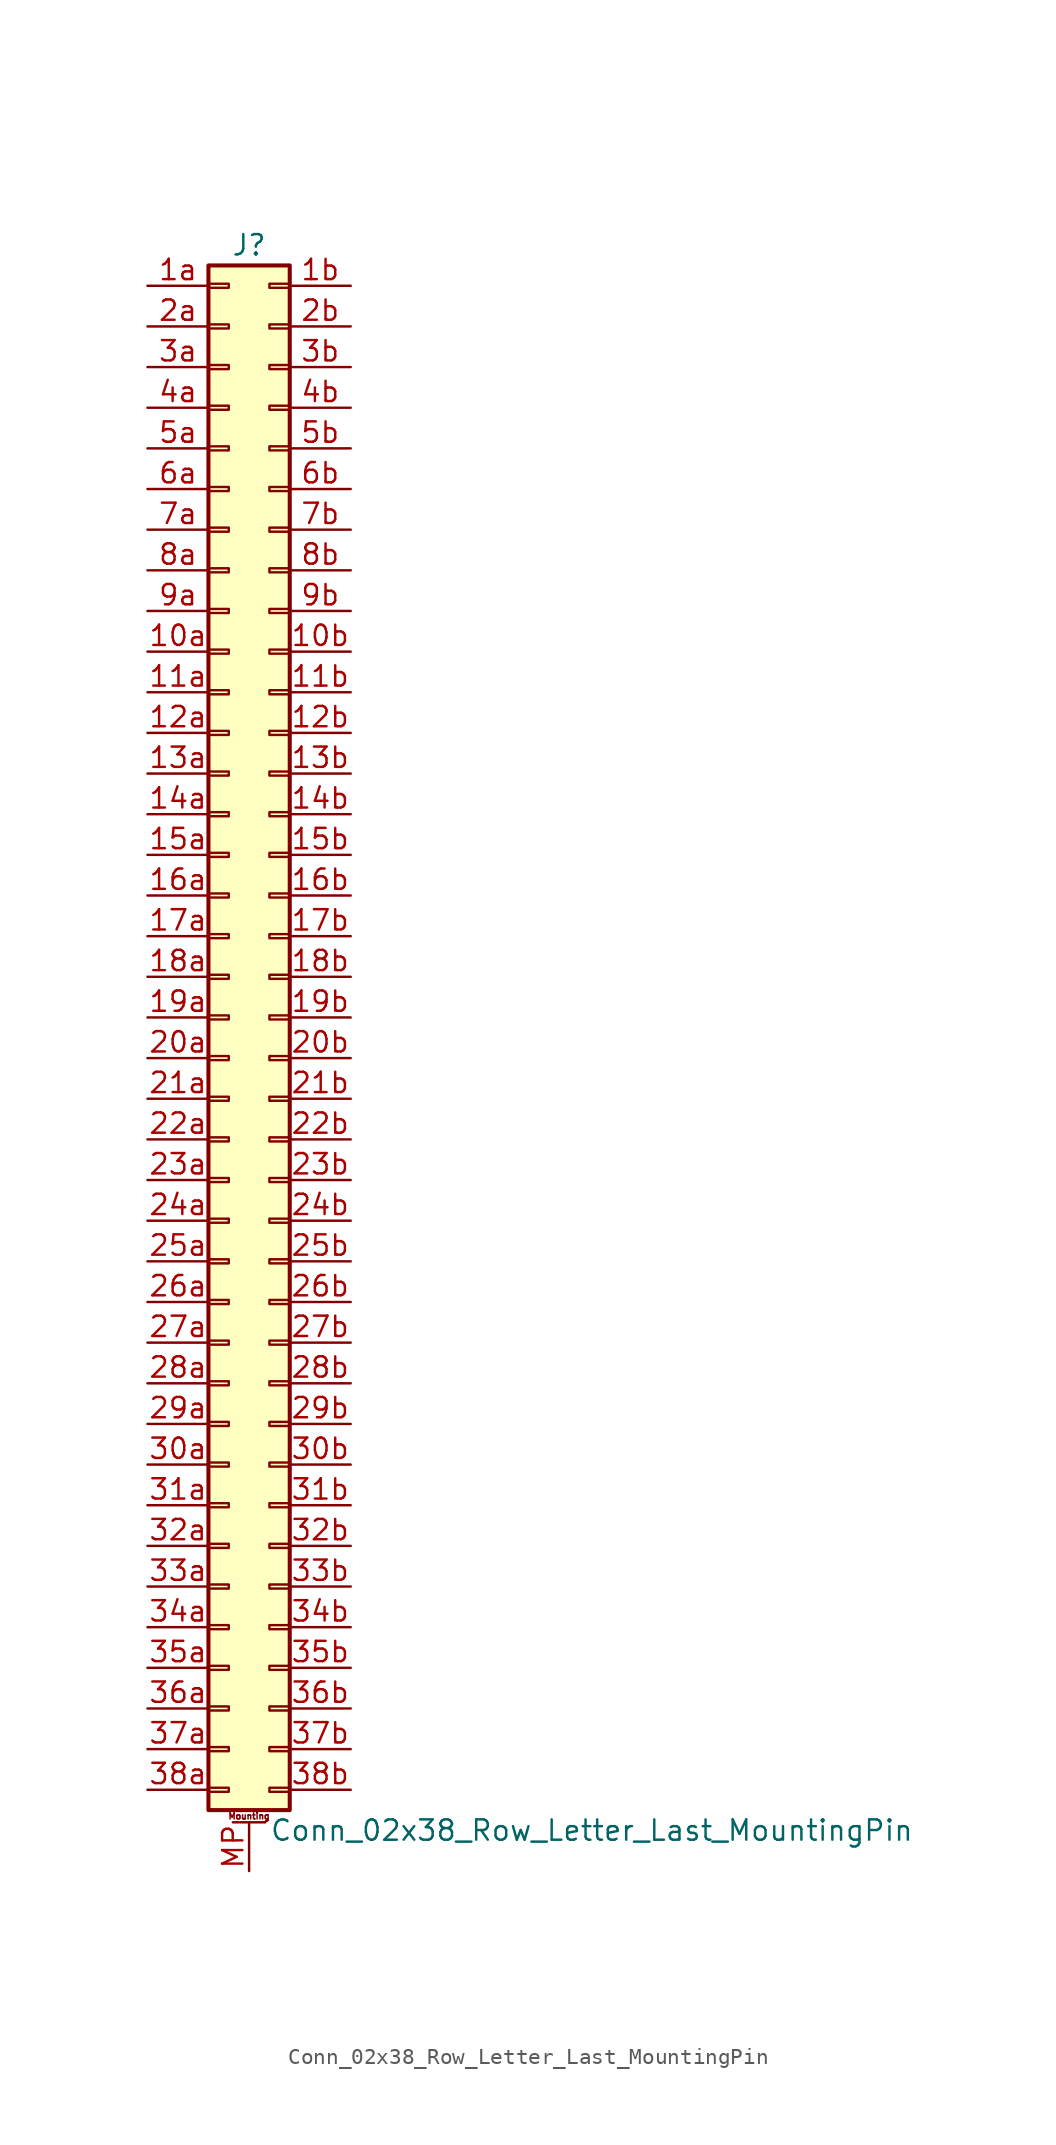
<source format=kicad_sym>
(kicad_symbol_lib
  (version 20201005)
  (generator kicad_symbol_editor)
  (symbol "Connector_Generic_MountingPin:Conn_02x38_Row_Letter_Last_MountingPin"
    (pin_names
      (offset 1.016) hide)
    (property "Reference" "J"
      (at 1.27 48.26 0)
      (effects (font (size 1.27 1.27))))
    (property "Value" "Conn_02x38_Row_Letter_Last_MountingPin"
      (at 2.54 -50.8 0)
      (effects (font (size 1.27 1.27)) (justify left)))
    (symbol "Conn_02x38_Row_Letter_Last_MountingPin_1_1"
      (text "Mounting" (at 1.27 -49.911 0) (effects (font (size 0.381 0.381))))
      (rectangle (start -1.27 -27.813) (end 0 -28.067) (stroke (width 0.152)) (fill (type none)))
      (rectangle (start -1.27 -30.353) (end 0 -30.607) (stroke (width 0.152)) (fill (type none)))
      (rectangle (start -1.27 -32.893) (end 0 -33.147) (stroke (width 0.152)) (fill (type none)))
      (rectangle (start -1.27 -35.433) (end 0 -35.687) (stroke (width 0.152)) (fill (type none)))
      (rectangle (start -1.27 -37.973) (end 0 -38.227) (stroke (width 0.152)) (fill (type none)))
      (rectangle (start -1.27 -40.513) (end 0 -40.767) (stroke (width 0.152)) (fill (type none)))
      (rectangle (start -1.27 -43.053) (end 0 -43.307) (stroke (width 0.152)) (fill (type none)))
      (rectangle (start -1.27 -45.593) (end 0 -45.847) (stroke (width 0.152)) (fill (type none)))
      (rectangle (start -1.27 -48.133) (end 0 -48.387) (stroke (width 0.152)) (fill (type none)))
      (rectangle (start -1.27 -4.953) (end 0 -5.207) (stroke (width 0.152)) (fill (type none)))
      (rectangle (start -1.27 -7.493) (end 0 -7.747) (stroke (width 0.152)) (fill (type none)))
      (rectangle (start -1.27 -10.033) (end 0 -10.287) (stroke (width 0.152)) (fill (type none)))
      (rectangle (start -1.27 -12.573) (end 0 -12.827) (stroke (width 0.152)) (fill (type none)))
      (rectangle (start -1.27 -15.113) (end 0 -15.367) (stroke (width 0.152)) (fill (type none)))
      (rectangle (start -1.27 -17.653) (end 0 -17.907) (stroke (width 0.152)) (fill (type none)))
      (rectangle (start -1.27 -20.193) (end 0 -20.447) (stroke (width 0.152)) (fill (type none)))
      (rectangle (start -1.27 -22.733) (end 0 -22.987) (stroke (width 0.152)) (fill (type none)))
      (rectangle (start -1.27 -2.413) (end 0 -2.667) (stroke (width 0.152)) (fill (type none)))
      (rectangle (start -1.27 -25.273) (end 0 -25.527) (stroke (width 0.152)) (fill (type none)))
      (rectangle (start -1.27 25.527) (end 0 25.273) (stroke (width 0.152)) (fill (type none)))
      (rectangle (start -1.27 2.667) (end 0 2.413) (stroke (width 0.152)) (fill (type none)))
      (rectangle (start -1.27 28.067) (end 0 27.813) (stroke (width 0.152)) (fill (type none)))
      (rectangle (start -1.27 30.607) (end 0 30.353) (stroke (width 0.152)) (fill (type none)))
      (rectangle (start -1.27 33.147) (end 0 32.893) (stroke (width 0.152)) (fill (type none)))
      (rectangle (start -1.27 35.687) (end 0 35.433) (stroke (width 0.152)) (fill (type none)))
      (rectangle (start -1.27 38.227) (end 0 37.973) (stroke (width 0.152)) (fill (type none)))
      (rectangle (start -1.27 40.767) (end 0 40.513) (stroke (width 0.152)) (fill (type none)))
      (rectangle (start -1.27 43.307) (end 0 43.053) (stroke (width 0.152)) (fill (type none)))
      (rectangle (start -1.27 45.847) (end 0 45.593) (stroke (width 0.152)) (fill (type none)))
      (rectangle (start -1.27 46.99) (end 3.81 -49.53) (stroke (width 0.254)) (fill (type background)))
      (rectangle (start -1.27 5.207) (end 0 4.953) (stroke (width 0.152)) (fill (type none)))
      (rectangle (start -1.27 7.747) (end 0 7.493) (stroke (width 0.152)) (fill (type none)))
      (rectangle (start -1.27 10.287) (end 0 10.033) (stroke (width 0.152)) (fill (type none)))
      (rectangle (start -1.27 0.127) (end 0 -0.127) (stroke (width 0.152)) (fill (type none)))
      (rectangle (start -1.27 12.827) (end 0 12.573) (stroke (width 0.152)) (fill (type none)))
      (rectangle (start -1.27 15.367) (end 0 15.113) (stroke (width 0.152)) (fill (type none)))
      (rectangle (start -1.27 17.907) (end 0 17.653) (stroke (width 0.152)) (fill (type none)))
      (rectangle (start -1.27 20.447) (end 0 20.193) (stroke (width 0.152)) (fill (type none)))
      (rectangle (start -1.27 22.987) (end 0 22.733) (stroke (width 0.152)) (fill (type none)))
      (rectangle (start 3.81 -27.813) (end 2.54 -28.067) (stroke (width 0.152)) (fill (type none)))
      (rectangle (start 3.81 -30.353) (end 2.54 -30.607) (stroke (width 0.152)) (fill (type none)))
      (rectangle (start 3.81 -32.893) (end 2.54 -33.147) (stroke (width 0.152)) (fill (type none)))
      (rectangle (start 3.81 -35.433) (end 2.54 -35.687) (stroke (width 0.152)) (fill (type none)))
      (rectangle (start 3.81 -37.973) (end 2.54 -38.227) (stroke (width 0.152)) (fill (type none)))
      (rectangle (start 3.81 -40.513) (end 2.54 -40.767) (stroke (width 0.152)) (fill (type none)))
      (rectangle (start 3.81 -43.053) (end 2.54 -43.307) (stroke (width 0.152)) (fill (type none)))
      (rectangle (start 3.81 -45.593) (end 2.54 -45.847) (stroke (width 0.152)) (fill (type none)))
      (rectangle (start 3.81 -48.133) (end 2.54 -48.387) (stroke (width 0.152)) (fill (type none)))
      (rectangle (start 3.81 -4.953) (end 2.54 -5.207) (stroke (width 0.152)) (fill (type none)))
      (rectangle (start 3.81 -7.493) (end 2.54 -7.747) (stroke (width 0.152)) (fill (type none)))
      (rectangle (start 3.81 -10.033) (end 2.54 -10.287) (stroke (width 0.152)) (fill (type none)))
      (rectangle (start 3.81 -12.573) (end 2.54 -12.827) (stroke (width 0.152)) (fill (type none)))
      (rectangle (start 3.81 -15.113) (end 2.54 -15.367) (stroke (width 0.152)) (fill (type none)))
      (rectangle (start 3.81 -17.653) (end 2.54 -17.907) (stroke (width 0.152)) (fill (type none)))
      (rectangle (start 3.81 -20.193) (end 2.54 -20.447) (stroke (width 0.152)) (fill (type none)))
      (rectangle (start 3.81 -22.733) (end 2.54 -22.987) (stroke (width 0.152)) (fill (type none)))
      (rectangle (start 3.81 -2.413) (end 2.54 -2.667) (stroke (width 0.152)) (fill (type none)))
      (rectangle (start 3.81 -25.273) (end 2.54 -25.527) (stroke (width 0.152)) (fill (type none)))
      (rectangle (start 3.81 25.527) (end 2.54 25.273) (stroke (width 0.152)) (fill (type none)))
      (rectangle (start 3.81 2.667) (end 2.54 2.413) (stroke (width 0.152)) (fill (type none)))
      (rectangle (start 3.81 28.067) (end 2.54 27.813) (stroke (width 0.152)) (fill (type none)))
      (rectangle (start 3.81 30.607) (end 2.54 30.353) (stroke (width 0.152)) (fill (type none)))
      (rectangle (start 3.81 33.147) (end 2.54 32.893) (stroke (width 0.152)) (fill (type none)))
      (rectangle (start 3.81 35.687) (end 2.54 35.433) (stroke (width 0.152)) (fill (type none)))
      (rectangle (start 3.81 38.227) (end 2.54 37.973) (stroke (width 0.152)) (fill (type none)))
      (rectangle (start 3.81 40.767) (end 2.54 40.513) (stroke (width 0.152)) (fill (type none)))
      (rectangle (start 3.81 43.307) (end 2.54 43.053) (stroke (width 0.152)) (fill (type none)))
      (rectangle (start 3.81 45.847) (end 2.54 45.593) (stroke (width 0.152)) (fill (type none)))
      (rectangle (start 3.81 5.207) (end 2.54 4.953) (stroke (width 0.152)) (fill (type none)))
      (rectangle (start 3.81 7.747) (end 2.54 7.493) (stroke (width 0.152)) (fill (type none)))
      (rectangle (start 3.81 10.287) (end 2.54 10.033) (stroke (width 0.152)) (fill (type none)))
      (rectangle (start 3.81 0.127) (end 2.54 -0.127) (stroke (width 0.152)) (fill (type none)))
      (rectangle (start 3.81 12.827) (end 2.54 12.573) (stroke (width 0.152)) (fill (type none)))
      (rectangle (start 3.81 15.367) (end 2.54 15.113) (stroke (width 0.152)) (fill (type none)))
      (rectangle (start 3.81 17.907) (end 2.54 17.653) (stroke (width 0.152)) (fill (type none)))
      (rectangle (start 3.81 20.447) (end 2.54 20.193) (stroke (width 0.152)) (fill (type none)))
      (rectangle (start 3.81 22.987) (end 2.54 22.733) (stroke (width 0.152)) (fill (type none)))
      (polyline (pts (xy 0.254 -50.292) (xy 2.286 -50.292)) (stroke (width 0.152)) (fill (type none)))
      (pin passive line (at 1.27 -53.34 90) (length 3.048) (name "MountPin" (effects (font (size 1.27 1.27)))) (number "MP" (effects (font (size 1.27 1.27)))))
      (pin passive line (at -5.08 22.86 0) (length 3.81) (name "Pin_10a" (effects (font (size 1.27 1.27)))) (number "10a" (effects (font (size 1.27 1.27)))))
      (pin passive line (at 7.62 22.86 180) (length 3.81) (name "Pin_10b" (effects (font (size 1.27 1.27)))) (number "10b" (effects (font (size 1.27 1.27)))))
      (pin passive line (at -5.08 20.32 0) (length 3.81) (name "Pin_11a" (effects (font (size 1.27 1.27)))) (number "11a" (effects (font (size 1.27 1.27)))))
      (pin passive line (at 7.62 20.32 180) (length 3.81) (name "Pin_11b" (effects (font (size 1.27 1.27)))) (number "11b" (effects (font (size 1.27 1.27)))))
      (pin passive line (at -5.08 17.78 0) (length 3.81) (name "Pin_12a" (effects (font (size 1.27 1.27)))) (number "12a" (effects (font (size 1.27 1.27)))))
      (pin passive line (at 7.62 17.78 180) (length 3.81) (name "Pin_12b" (effects (font (size 1.27 1.27)))) (number "12b" (effects (font (size 1.27 1.27)))))
      (pin passive line (at -5.08 15.24 0) (length 3.81) (name "Pin_13a" (effects (font (size 1.27 1.27)))) (number "13a" (effects (font (size 1.27 1.27)))))
      (pin passive line (at 7.62 15.24 180) (length 3.81) (name "Pin_13b" (effects (font (size 1.27 1.27)))) (number "13b" (effects (font (size 1.27 1.27)))))
      (pin passive line (at -5.08 12.7 0) (length 3.81) (name "Pin_14a" (effects (font (size 1.27 1.27)))) (number "14a" (effects (font (size 1.27 1.27)))))
      (pin passive line (at 7.62 12.7 180) (length 3.81) (name "Pin_14b" (effects (font (size 1.27 1.27)))) (number "14b" (effects (font (size 1.27 1.27)))))
      (pin passive line (at -5.08 10.16 0) (length 3.81) (name "Pin_15a" (effects (font (size 1.27 1.27)))) (number "15a" (effects (font (size 1.27 1.27)))))
      (pin passive line (at 7.62 10.16 180) (length 3.81) (name "Pin_15b" (effects (font (size 1.27 1.27)))) (number "15b" (effects (font (size 1.27 1.27)))))
      (pin passive line (at -5.08 7.62 0) (length 3.81) (name "Pin_16a" (effects (font (size 1.27 1.27)))) (number "16a" (effects (font (size 1.27 1.27)))))
      (pin passive line (at 7.62 7.62 180) (length 3.81) (name "Pin_16b" (effects (font (size 1.27 1.27)))) (number "16b" (effects (font (size 1.27 1.27)))))
      (pin passive line (at -5.08 5.08 0) (length 3.81) (name "Pin_17a" (effects (font (size 1.27 1.27)))) (number "17a" (effects (font (size 1.27 1.27)))))
      (pin passive line (at 7.62 5.08 180) (length 3.81) (name "Pin_17b" (effects (font (size 1.27 1.27)))) (number "17b" (effects (font (size 1.27 1.27)))))
      (pin passive line (at -5.08 2.54 0) (length 3.81) (name "Pin_18a" (effects (font (size 1.27 1.27)))) (number "18a" (effects (font (size 1.27 1.27)))))
      (pin passive line (at 7.62 2.54 180) (length 3.81) (name "Pin_18b" (effects (font (size 1.27 1.27)))) (number "18b" (effects (font (size 1.27 1.27)))))
      (pin passive line (at -5.08 0 0) (length 3.81) (name "Pin_19a" (effects (font (size 1.27 1.27)))) (number "19a" (effects (font (size 1.27 1.27)))))
      (pin passive line (at 7.62 0 180) (length 3.81) (name "Pin_19b" (effects (font (size 1.27 1.27)))) (number "19b" (effects (font (size 1.27 1.27)))))
      (pin passive line (at -5.08 45.72 0) (length 3.81) (name "Pin_1a" (effects (font (size 1.27 1.27)))) (number "1a" (effects (font (size 1.27 1.27)))))
      (pin passive line (at 7.62 45.72 180) (length 3.81) (name "Pin_1b" (effects (font (size 1.27 1.27)))) (number "1b" (effects (font (size 1.27 1.27)))))
      (pin passive line (at -5.08 -2.54 0) (length 3.81) (name "Pin_20a" (effects (font (size 1.27 1.27)))) (number "20a" (effects (font (size 1.27 1.27)))))
      (pin passive line (at 7.62 -2.54 180) (length 3.81) (name "Pin_20b" (effects (font (size 1.27 1.27)))) (number "20b" (effects (font (size 1.27 1.27)))))
      (pin passive line (at -5.08 -5.08 0) (length 3.81) (name "Pin_21a" (effects (font (size 1.27 1.27)))) (number "21a" (effects (font (size 1.27 1.27)))))
      (pin passive line (at 7.62 -5.08 180) (length 3.81) (name "Pin_21b" (effects (font (size 1.27 1.27)))) (number "21b" (effects (font (size 1.27 1.27)))))
      (pin passive line (at -5.08 -7.62 0) (length 3.81) (name "Pin_22a" (effects (font (size 1.27 1.27)))) (number "22a" (effects (font (size 1.27 1.27)))))
      (pin passive line (at 7.62 -7.62 180) (length 3.81) (name "Pin_22b" (effects (font (size 1.27 1.27)))) (number "22b" (effects (font (size 1.27 1.27)))))
      (pin passive line (at -5.08 -10.16 0) (length 3.81) (name "Pin_23a" (effects (font (size 1.27 1.27)))) (number "23a" (effects (font (size 1.27 1.27)))))
      (pin passive line (at 7.62 -10.16 180) (length 3.81) (name "Pin_23b" (effects (font (size 1.27 1.27)))) (number "23b" (effects (font (size 1.27 1.27)))))
      (pin passive line (at -5.08 -12.7 0) (length 3.81) (name "Pin_24a" (effects (font (size 1.27 1.27)))) (number "24a" (effects (font (size 1.27 1.27)))))
      (pin passive line (at 7.62 -12.7 180) (length 3.81) (name "Pin_24b" (effects (font (size 1.27 1.27)))) (number "24b" (effects (font (size 1.27 1.27)))))
      (pin passive line (at -5.08 -15.24 0) (length 3.81) (name "Pin_25a" (effects (font (size 1.27 1.27)))) (number "25a" (effects (font (size 1.27 1.27)))))
      (pin passive line (at 7.62 -15.24 180) (length 3.81) (name "Pin_25b" (effects (font (size 1.27 1.27)))) (number "25b" (effects (font (size 1.27 1.27)))))
      (pin passive line (at -5.08 -17.78 0) (length 3.81) (name "Pin_26a" (effects (font (size 1.27 1.27)))) (number "26a" (effects (font (size 1.27 1.27)))))
      (pin passive line (at 7.62 -17.78 180) (length 3.81) (name "Pin_26b" (effects (font (size 1.27 1.27)))) (number "26b" (effects (font (size 1.27 1.27)))))
      (pin passive line (at -5.08 -20.32 0) (length 3.81) (name "Pin_27a" (effects (font (size 1.27 1.27)))) (number "27a" (effects (font (size 1.27 1.27)))))
      (pin passive line (at 7.62 -20.32 180) (length 3.81) (name "Pin_27b" (effects (font (size 1.27 1.27)))) (number "27b" (effects (font (size 1.27 1.27)))))
      (pin passive line (at -5.08 -22.86 0) (length 3.81) (name "Pin_28a" (effects (font (size 1.27 1.27)))) (number "28a" (effects (font (size 1.27 1.27)))))
      (pin passive line (at 7.62 -22.86 180) (length 3.81) (name "Pin_28b" (effects (font (size 1.27 1.27)))) (number "28b" (effects (font (size 1.27 1.27)))))
      (pin passive line (at -5.08 -25.4 0) (length 3.81) (name "Pin_29a" (effects (font (size 1.27 1.27)))) (number "29a" (effects (font (size 1.27 1.27)))))
      (pin passive line (at 7.62 -25.4 180) (length 3.81) (name "Pin_29b" (effects (font (size 1.27 1.27)))) (number "29b" (effects (font (size 1.27 1.27)))))
      (pin passive line (at -5.08 43.18 0) (length 3.81) (name "Pin_2a" (effects (font (size 1.27 1.27)))) (number "2a" (effects (font (size 1.27 1.27)))))
      (pin passive line (at 7.62 43.18 180) (length 3.81) (name "Pin_2b" (effects (font (size 1.27 1.27)))) (number "2b" (effects (font (size 1.27 1.27)))))
      (pin passive line (at -5.08 -27.94 0) (length 3.81) (name "Pin_30a" (effects (font (size 1.27 1.27)))) (number "30a" (effects (font (size 1.27 1.27)))))
      (pin passive line (at 7.62 -27.94 180) (length 3.81) (name "Pin_30b" (effects (font (size 1.27 1.27)))) (number "30b" (effects (font (size 1.27 1.27)))))
      (pin passive line (at -5.08 -30.48 0) (length 3.81) (name "Pin_31a" (effects (font (size 1.27 1.27)))) (number "31a" (effects (font (size 1.27 1.27)))))
      (pin passive line (at 7.62 -30.48 180) (length 3.81) (name "Pin_31b" (effects (font (size 1.27 1.27)))) (number "31b" (effects (font (size 1.27 1.27)))))
      (pin passive line (at -5.08 -33.02 0) (length 3.81) (name "Pin_32a" (effects (font (size 1.27 1.27)))) (number "32a" (effects (font (size 1.27 1.27)))))
      (pin passive line (at 7.62 -33.02 180) (length 3.81) (name "Pin_32b" (effects (font (size 1.27 1.27)))) (number "32b" (effects (font (size 1.27 1.27)))))
      (pin passive line (at -5.08 -35.56 0) (length 3.81) (name "Pin_33a" (effects (font (size 1.27 1.27)))) (number "33a" (effects (font (size 1.27 1.27)))))
      (pin passive line (at 7.62 -35.56 180) (length 3.81) (name "Pin_33b" (effects (font (size 1.27 1.27)))) (number "33b" (effects (font (size 1.27 1.27)))))
      (pin passive line (at -5.08 -38.1 0) (length 3.81) (name "Pin_34a" (effects (font (size 1.27 1.27)))) (number "34a" (effects (font (size 1.27 1.27)))))
      (pin passive line (at 7.62 -38.1 180) (length 3.81) (name "Pin_34b" (effects (font (size 1.27 1.27)))) (number "34b" (effects (font (size 1.27 1.27)))))
      (pin passive line (at -5.08 -40.64 0) (length 3.81) (name "Pin_35a" (effects (font (size 1.27 1.27)))) (number "35a" (effects (font (size 1.27 1.27)))))
      (pin passive line (at 7.62 -40.64 180) (length 3.81) (name "Pin_35b" (effects (font (size 1.27 1.27)))) (number "35b" (effects (font (size 1.27 1.27)))))
      (pin passive line (at -5.08 -43.18 0) (length 3.81) (name "Pin_36a" (effects (font (size 1.27 1.27)))) (number "36a" (effects (font (size 1.27 1.27)))))
      (pin passive line (at 7.62 -43.18 180) (length 3.81) (name "Pin_36b" (effects (font (size 1.27 1.27)))) (number "36b" (effects (font (size 1.27 1.27)))))
      (pin passive line (at -5.08 -45.72 0) (length 3.81) (name "Pin_37a" (effects (font (size 1.27 1.27)))) (number "37a" (effects (font (size 1.27 1.27)))))
      (pin passive line (at 7.62 -45.72 180) (length 3.81) (name "Pin_37b" (effects (font (size 1.27 1.27)))) (number "37b" (effects (font (size 1.27 1.27)))))
      (pin passive line (at -5.08 -48.26 0) (length 3.81) (name "Pin_38a" (effects (font (size 1.27 1.27)))) (number "38a" (effects (font (size 1.27 1.27)))))
      (pin passive line (at 7.62 -48.26 180) (length 3.81) (name "Pin_38b" (effects (font (size 1.27 1.27)))) (number "38b" (effects (font (size 1.27 1.27)))))
      (pin passive line (at -5.08 40.64 0) (length 3.81) (name "Pin_3a" (effects (font (size 1.27 1.27)))) (number "3a" (effects (font (size 1.27 1.27)))))
      (pin passive line (at 7.62 40.64 180) (length 3.81) (name "Pin_3b" (effects (font (size 1.27 1.27)))) (number "3b" (effects (font (size 1.27 1.27)))))
      (pin passive line (at -5.08 38.1 0) (length 3.81) (name "Pin_4a" (effects (font (size 1.27 1.27)))) (number "4a" (effects (font (size 1.27 1.27)))))
      (pin passive line (at 7.62 38.1 180) (length 3.81) (name "Pin_4b" (effects (font (size 1.27 1.27)))) (number "4b" (effects (font (size 1.27 1.27)))))
      (pin passive line (at -5.08 35.56 0) (length 3.81) (name "Pin_5a" (effects (font (size 1.27 1.27)))) (number "5a" (effects (font (size 1.27 1.27)))))
      (pin passive line (at 7.62 35.56 180) (length 3.81) (name "Pin_5b" (effects (font (size 1.27 1.27)))) (number "5b" (effects (font (size 1.27 1.27)))))
      (pin passive line (at -5.08 33.02 0) (length 3.81) (name "Pin_6a" (effects (font (size 1.27 1.27)))) (number "6a" (effects (font (size 1.27 1.27)))))
      (pin passive line (at 7.62 33.02 180) (length 3.81) (name "Pin_6b" (effects (font (size 1.27 1.27)))) (number "6b" (effects (font (size 1.27 1.27)))))
      (pin passive line (at -5.08 30.48 0) (length 3.81) (name "Pin_7a" (effects (font (size 1.27 1.27)))) (number "7a" (effects (font (size 1.27 1.27)))))
      (pin passive line (at 7.62 30.48 180) (length 3.81) (name "Pin_7b" (effects (font (size 1.27 1.27)))) (number "7b" (effects (font (size 1.27 1.27)))))
      (pin passive line (at -5.08 27.94 0) (length 3.81) (name "Pin_8a" (effects (font (size 1.27 1.27)))) (number "8a" (effects (font (size 1.27 1.27)))))
      (pin passive line (at 7.62 27.94 180) (length 3.81) (name "Pin_8b" (effects (font (size 1.27 1.27)))) (number "8b" (effects (font (size 1.27 1.27)))))
      (pin passive line (at -5.08 25.4 0) (length 3.81) (name "Pin_9a" (effects (font (size 1.27 1.27)))) (number "9a" (effects (font (size 1.27 1.27)))))
      (pin passive line (at 7.62 25.4 180) (length 3.81) (name "Pin_9b" (effects (font (size 1.27 1.27)))) (number "9b" (effects (font (size 1.27 1.27))))))))
</source>
